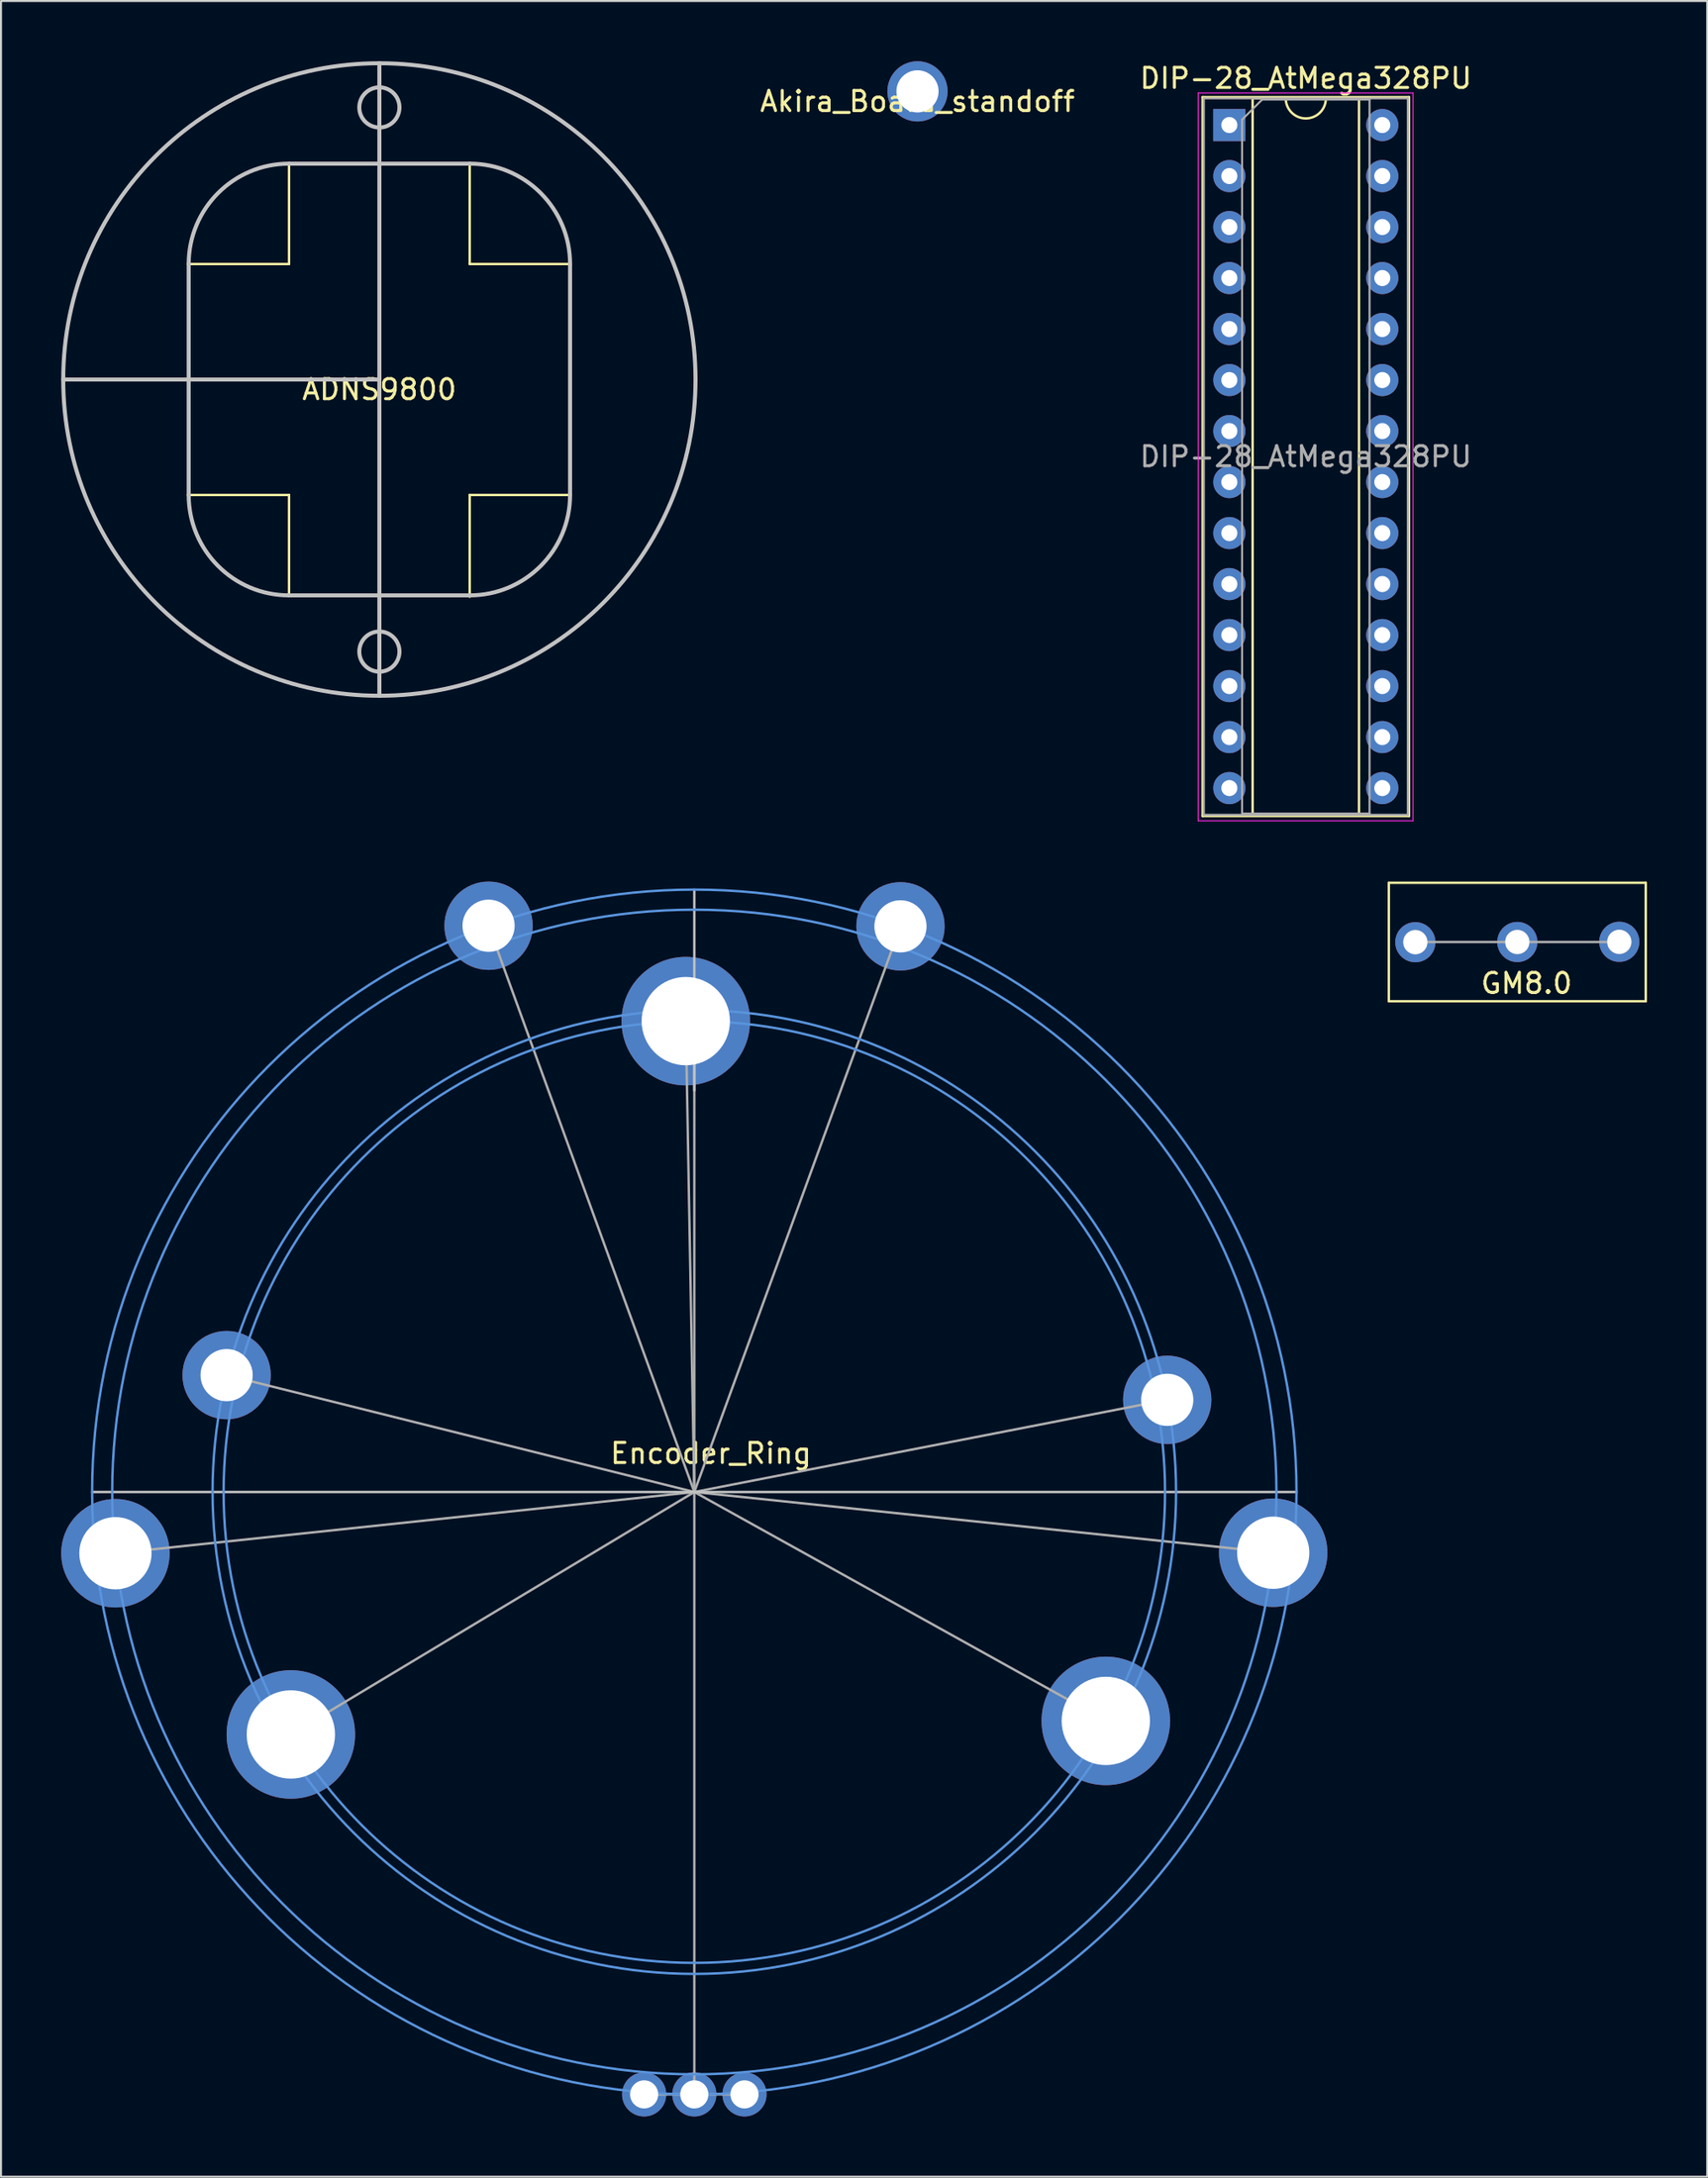
<source format=kicad_pcb>
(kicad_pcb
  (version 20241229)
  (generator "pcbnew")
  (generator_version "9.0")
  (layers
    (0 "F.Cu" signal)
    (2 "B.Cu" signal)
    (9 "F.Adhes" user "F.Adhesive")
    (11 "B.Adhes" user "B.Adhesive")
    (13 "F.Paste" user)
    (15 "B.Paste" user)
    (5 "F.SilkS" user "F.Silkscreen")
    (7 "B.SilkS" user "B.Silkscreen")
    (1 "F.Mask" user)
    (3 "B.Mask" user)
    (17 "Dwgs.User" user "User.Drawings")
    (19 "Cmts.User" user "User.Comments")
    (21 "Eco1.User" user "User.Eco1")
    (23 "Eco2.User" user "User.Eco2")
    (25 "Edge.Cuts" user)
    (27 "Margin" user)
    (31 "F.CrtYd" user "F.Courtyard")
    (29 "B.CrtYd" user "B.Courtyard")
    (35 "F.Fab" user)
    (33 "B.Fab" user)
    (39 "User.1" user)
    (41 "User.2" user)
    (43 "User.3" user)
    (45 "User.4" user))
  (footprint "GM8.0"
    (layer "F.Cu")
    (at 72.54 43.863)
    (property "Reference" "GM8.0" (at 0.46 2.06 0) (layer "F.SilkS") (effects (font (size 1 1) (thickness 0.15))))
    (attr through_hole)
    (fp_line (start -6.4 -2.95) (end -6.4 2.95) (stroke (width 0.12) (type solid)) (layer "F.SilkS"))
    (fp_line (start -6.4 2.95) (end 6.4 2.95) (stroke (width 0.12) (type solid)) (layer "F.SilkS"))
    (fp_line (start 6.4 -2.95) (end -6.4 -2.95) (stroke (width 0.12) (type solid)) (layer "F.SilkS"))
    (fp_line (start 6.4 2.95) (end 6.4 -2.95) (stroke (width 0.12) (type solid)) (layer "F.SilkS"))
    (fp_line (start 0 0) (end -5.08 0) (stroke (width 0.12) (type solid)) (layer "F.Fab"))
    (fp_line (start 0 0) (end 5.08 0) (stroke (width 0.12) (type solid)) (layer "F.Fab"))
    (fp_circle (center -5.08 0) (end -4.53 0) (stroke (width 0.12) (type solid)) (fill no) (layer "F.Fab"))
    (fp_circle (center 0 0) (end 0.55 0) (stroke (width 0.12) (type solid)) (fill no) (layer "F.Fab"))
    (fp_circle (center 5.08 0) (end 5.63 0) (stroke (width 0.12) (type solid)) (fill no) (layer "F.Fab"))
    (pad "COM" thru_hole circle (at -5.08 0.01) (size 2 2) (drill 1.2) (layers "*.Cu" "*.Mask"))
    (pad "NC" thru_hole circle (at 5.08 -0.01) (size 2 2) (drill 1.2) (layers "*.Cu" "*.Mask"))
    (pad "NO" thru_hole circle (at 0 0) (size 2 2) (drill 1.2) (layers "*.Cu" "*.Mask")))
  (footprint "Encoder_Ring"
    (layer "F.Cu")
    (at 31.54 71.253)
    (property "Reference" "Encoder_Ring" (at 0.825 -1.925 0) (layer "F.SilkS") (effects (font (size 1 1) (thickness 0.15))))
    (attr through_hole)
    (fp_line (start 0 -30) (end 0 -20) (stroke (width 0.12) (type solid)) (layer "Dwgs.User"))
    (fp_line (start 0 0) (end -30 0) (stroke (width 0.12) (type solid)) (layer "Dwgs.User"))
    (fp_line (start 0 0) (end 30 0) (stroke (width 0.12) (type solid)) (layer "Dwgs.User"))
    (fp_circle (center 0 0) (end 23.45 0) (stroke (width 0.12) (type solid)) (fill no) (layer "Cmts.User"))
    (fp_circle (center 0 0) (end 24 0) (stroke (width 0.12) (type solid)) (fill no) (layer "Cmts.User"))
    (fp_circle (center 0 0) (end 29 0) (stroke (width 0.12) (type solid)) (fill no) (layer "Cmts.User"))
    (fp_circle (center 0 0) (end 30 0) (stroke (width 0.12) (type solid)) (fill no) (layer "Cmts.User"))
    (fp_line (start 0 -23.45) (end 0 0) (stroke (width 0.12) (type solid)) (layer "F.Fab"))
    (fp_line (start 0 0) (end -28.825 3.05) (stroke (width 0.12) (type solid)) (layer "F.Fab"))
    (fp_line (start 0 0) (end -23.31 -5.82) (stroke (width 0.12) (type solid)) (layer "F.Fab"))
    (fp_line (start 0 0) (end -20.1 12.075) (stroke (width 0.12) (type solid)) (layer "F.Fab"))
    (fp_line (start 0 0) (end -10.25 -28.2) (stroke (width 0.12) (type solid)) (layer "F.Fab"))
    (fp_line (start 0 0) (end -0.425 -23.45) (stroke (width 0.12) (type solid)) (layer "F.Fab"))
    (fp_line (start 0 0) (end 0 30) (stroke (width 0.12) (type solid)) (layer "F.Fab"))
    (fp_line (start 0 0) (end 10.27 -28.17) (stroke (width 0.12) (type solid)) (layer "F.Fab"))
    (fp_line (start 0 0) (end 20.525 11.4) (stroke (width 0.12) (type solid)) (layer "F.Fab"))
    (fp_line (start 0 0) (end 23.6 -4.6) (stroke (width 0.12) (type solid)) (layer "F.Fab"))
    (fp_line (start 0 0) (end 28.875 3.025) (stroke (width 0.12) (type solid)) (layer "F.Fab"))
    (fp_line (start 0 30) (end -2.5 30) (stroke (width 0.12) (type solid)) (layer "F.Fab"))
    (fp_line (start 0 30) (end 2.5 30) (stroke (width 0.12) (type solid)) (layer "F.Fab"))
    (fp_circle (center -28.84 3.05) (end -28.84 4.65) (stroke (width 0.12) (type solid)) (fill no) (layer "F.Fab"))
    (fp_circle (center -23.3 -5.82) (end -23.3 -4.72) (stroke (width 0.12) (type solid)) (fill no) (layer "F.Fab"))
    (fp_circle (center -20.1 12.075) (end -20.1 14.075) (stroke (width 0.12) (type solid)) (fill no) (layer "F.Fab"))
    (fp_circle (center -10.25 -28.2) (end -10.25 -27.1) (stroke (width 0.12) (type solid)) (fill no) (layer "F.Fab"))
    (fp_circle (center -0.425 -23.45) (end -0.425 -21.45) (stroke (width 0.12) (type solid)) (fill no) (layer "F.Fab"))
    (fp_circle (center 10.27 -28.17) (end 10.27 -27.07) (stroke (width 0.12) (type solid)) (fill no) (layer "F.Fab"))
    (fp_circle (center 20.5 11.4) (end 20.5 13.4) (stroke (width 0.12) (type solid)) (fill no) (layer "F.Fab"))
    (fp_circle (center 23.56 -4.59) (end 23.56 -3.49) (stroke (width 0.12) (type solid)) (fill no) (layer "F.Fab"))
    (fp_circle (center 28.84 3.025) (end 28.84 4.625) (stroke (width 0.12) (type solid)) (fill no) (layer "F.Fab"))
    (pad "" thru_hole circle (at -28.84 3.05) (size 5.4 5.4) (drill 3.6) (layers "*.Cu" "*.Mask"))
    (pad "" thru_hole circle (at -23.3 -5.82) (size 4.4 4.4) (drill 2.6) (layers "*.Cu" "*.Mask"))
    (pad "" thru_hole circle (at -20.1 12.075) (size 6.4 6.4) (drill 4.4) (layers "*.Cu" "*.Mask"))
    (pad "" thru_hole circle (at -10.25 -28.2) (size 4.4 4.4) (drill 2.6) (layers "*.Cu" "*.Mask"))
    (pad "" thru_hole circle (at -0.425 -23.45) (size 6.4 6.4) (drill 4.4) (layers "*.Cu" "*.Mask"))
    (pad "" thru_hole circle (at 10.27 -28.17) (size 4.4 4.4) (drill 2.6) (layers "*.Cu" "*.Mask"))
    (pad "" thru_hole circle (at 20.5 11.4) (size 6.4 6.4) (drill 4.4) (layers "*.Cu" "*.Mask"))
    (pad "" thru_hole circle (at 23.56 -4.59) (size 4.4 4.4) (drill 2.6) (layers "*.Cu" "*.Mask"))
    (pad "" thru_hole circle (at 28.84 3.025) (size 5.4 5.4) (drill 3.6) (layers "*.Cu" "*.Mask"))
    (pad "A" thru_hole circle (at -2.5 30) (size 2.2 2.2) (drill 1.4) (layers "*.Cu" "*.Mask"))
    (pad "B" thru_hole circle (at 2.5 30) (size 2.2 2.2) (drill 1.4) (layers "*.Cu" "*.Mask"))
    (pad "C" thru_hole circle (at 0 30) (size 2.2 2.2) (drill 1.4) (layers "*.Cu" "*.Mask")))
  (footprint "ADNS9800"
    (layer "F.Cu")
    (at 15.85 15.85)
    (property "Reference" "ADNS9800" (at 0 0.5 0) (layer "F.SilkS") (effects (font (size 1 1) (thickness 0.15))))
    (attr through_hole)
    (fp_line (start -4.5 -5.75) (end -9.51 -5.75) (stroke (width 0.12) (type solid)) (layer "F.SilkS"))
    (fp_line (start -4.5 -5.75) (end -4.5 -10.74) (stroke (width 0.12) (type solid)) (layer "F.SilkS"))
    (fp_line (start -4.5 5.75) (end -9.54 5.75) (stroke (width 0.12) (type solid)) (layer "F.SilkS"))
    (fp_line (start -4.5 5.75) (end -4.5 10.76) (stroke (width 0.12) (type solid)) (layer "F.SilkS"))
    (fp_line (start 4.5 -5.75) (end 4.5 -10.74) (stroke (width 0.12) (type solid)) (layer "F.SilkS"))
    (fp_line (start 4.5 -5.75) (end 9.5 -5.75) (stroke (width 0.12) (type solid)) (layer "F.SilkS"))
    (fp_line (start 4.5 5.75) (end 4.5 10.82) (stroke (width 0.12) (type solid)) (layer "F.SilkS"))
    (fp_line (start 4.5 5.75) (end 9.52 5.75) (stroke (width 0.12) (type solid)) (layer "F.SilkS"))
    (fp_line (start -9.5 -5.75) (end -9.5 5.75) (stroke (width 0.2) (type solid)) (layer "Dwgs.User"))
    (fp_line (start -4.5 10.75) (end 4.5 10.75) (stroke (width 0.2) (type solid)) (layer "Dwgs.User"))
    (fp_line (start 0 -15.75) (end 0 15.75) (stroke (width 0.2) (type solid)) (layer "Dwgs.User"))
    (fp_line (start 0 0) (end -15.75 0) (stroke (width 0.2) (type solid)) (layer "Dwgs.User"))
    (fp_line (start 4.5 -10.75) (end -4.5 -10.75) (stroke (width 0.2) (type solid)) (layer "Dwgs.User"))
    (fp_line (start 9.5 5.75) (end 9.5 -5.75) (stroke (width 0.2) (type solid)) (layer "Dwgs.User"))
    (fp_arc (start -9.5 -5.749999) (mid -8.035534 -9.285533) (end -4.5 -10.749999) (stroke (width 0.2) (type solid)) (layer "Dwgs.User"))
    (fp_arc (start -4.5 10.75) (mid -8.035534 9.285534) (end -9.5 5.75) (stroke (width 0.2) (type solid)) (layer "Dwgs.User"))
    (fp_arc (start 4.5 -10.749999) (mid 8.035534 -9.285533) (end 9.5 -5.749999) (stroke (width 0.2) (type solid)) (layer "Dwgs.User"))
    (fp_arc (start 9.499999 5.75) (mid 8.035533 9.285534) (end 4.499999 10.75) (stroke (width 0.2) (type solid)) (layer "Dwgs.User"))
    (fp_circle (center 0 -13.55) (end 1 -13.55) (stroke (width 0.2) (type solid)) (fill no) (layer "Dwgs.User"))
    (fp_circle (center 0 0) (end 15.75 0) (stroke (width 0.2) (type solid)) (fill no) (layer "Dwgs.User"))
    (fp_circle (center 0 13.55) (end 1 13.55) (stroke (width 0.2) (type solid)) (fill no) (layer "Dwgs.User")))
  (footprint "Akira_Board_standoff"
    (layer "F.Cu")
    (at 42.658 1.5)
    (property "Reference" "Akira_Board_standoff" (at 0 0.5 0) (layer "F.SilkS") (effects (font (size 1 1) (thickness 0.15))))
    (attr through_hole)
    (pad "" thru_hole circle (at 0 0) (size 3 3) (drill 2.1) (layers "*.Cu" "*.Mask")))
  (footprint "DIP-28_AtMega328PU"
    (layer "F.Cu")
    (at 58.194 3.178)
    (property "Reference" "DIP-28_AtMega328PU" (at 3.81 -2.33 0) (layer "F.SilkS") (effects (font (size 1 1) (thickness 0.15))))
    (attr through_hole)
    (fp_line (start -1.33 -1.39) (end -1.33 34.41) (stroke (width 0.12) (type solid)) (layer "F.SilkS"))
    (fp_line (start -1.33 34.41) (end 8.95 34.41) (stroke (width 0.12) (type solid)) (layer "F.SilkS"))
    (fp_line (start 1.16 -1.33) (end 1.16 34.35) (stroke (width 0.12) (type solid)) (layer "F.SilkS"))
    (fp_line (start 1.16 34.35) (end 6.46 34.35) (stroke (width 0.12) (type solid)) (layer "F.SilkS"))
    (fp_line (start 2.81 -1.33) (end 1.16 -1.33) (stroke (width 0.12) (type solid)) (layer "F.SilkS"))
    (fp_line (start 6.46 -1.33) (end 4.81 -1.33) (stroke (width 0.12) (type solid)) (layer "F.SilkS"))
    (fp_line (start 6.46 34.35) (end 6.46 -1.33) (stroke (width 0.12) (type solid)) (layer "F.SilkS"))
    (fp_line (start 8.95 -1.39) (end -1.33 -1.39) (stroke (width 0.12) (type solid)) (layer "F.SilkS"))
    (fp_line (start 8.95 34.41) (end 8.95 -1.39) (stroke (width 0.12) (type solid)) (layer "F.SilkS"))
    (fp_arc (start 4.81 -1.33) (mid 3.81 -0.33) (end 2.81 -1.33) (stroke (width 0.12) (type solid)) (layer "F.SilkS"))
    (fp_line (start -1.55 -1.6) (end -1.55 34.65) (stroke (width 0.05) (type solid)) (layer "F.CrtYd"))
    (fp_line (start -1.55 34.65) (end 9.15 34.65) (stroke (width 0.05) (type solid)) (layer "F.CrtYd"))
    (fp_line (start 9.15 -1.6) (end -1.55 -1.6) (stroke (width 0.05) (type solid)) (layer "F.CrtYd"))
    (fp_line (start 9.15 34.65) (end 9.15 -1.6) (stroke (width 0.05) (type solid)) (layer "F.CrtYd"))
    (fp_line (start -1.27 -1.33) (end -1.27 34.35) (stroke (width 0.1) (type solid)) (layer "F.Fab"))
    (fp_line (start -1.27 34.35) (end 8.89 34.35) (stroke (width 0.1) (type solid)) (layer "F.Fab"))
    (fp_line (start 0.635 -0.27) (end 1.635 -1.27) (stroke (width 0.1) (type solid)) (layer "F.Fab"))
    (fp_line (start 0.635 34.29) (end 0.635 -0.27) (stroke (width 0.1) (type solid)) (layer "F.Fab"))
    (fp_line (start 1.635 -1.27) (end 6.985 -1.27) (stroke (width 0.1) (type solid)) (layer "F.Fab"))
    (fp_line (start 6.985 -1.27) (end 6.985 34.29) (stroke (width 0.1) (type solid)) (layer "F.Fab"))
    (fp_line (start 6.985 34.29) (end 0.635 34.29) (stroke (width 0.1) (type solid)) (layer "F.Fab"))
    (fp_line (start 8.89 -1.33) (end -1.27 -1.33) (stroke (width 0.1) (type solid)) (layer "F.Fab"))
    (fp_line (start 8.89 34.35) (end 8.89 -1.33) (stroke (width 0.1) (type solid)) (layer "F.Fab"))
    (fp_text user "${REFERENCE}" (at 3.81 16.51 0) (layer "F.Fab") (effects (font (size 1 1) (thickness 0.15))))
    (pad "1" thru_hole rect (at 0 0) (size 1.6 1.6) (drill 0.8) (layers "*.Cu" "*.Mask"))
    (pad "2" thru_hole oval (at 0 2.54) (size 1.6 1.6) (drill 0.8) (layers "*.Cu" "*.Mask"))
    (pad "3" thru_hole oval (at 0 5.08) (size 1.6 1.6) (drill 0.8) (layers "*.Cu" "*.Mask"))
    (pad "4" thru_hole oval (at 0 7.62) (size 1.6 1.6) (drill 0.8) (layers "*.Cu" "*.Mask"))
    (pad "5" thru_hole oval (at 0 10.16) (size 1.6 1.6) (drill 0.8) (layers "*.Cu" "*.Mask"))
    (pad "6" thru_hole oval (at 0 12.7) (size 1.6 1.6) (drill 0.8) (layers "*.Cu" "*.Mask"))
    (pad "7" thru_hole oval (at 0 15.24) (size 1.6 1.6) (drill 0.8) (layers "*.Cu" "*.Mask"))
    (pad "8" thru_hole oval (at 0 17.78) (size 1.6 1.6) (drill 0.8) (layers "*.Cu" "*.Mask"))
    (pad "9" thru_hole oval (at 0 20.32) (size 1.6 1.6) (drill 0.8) (layers "*.Cu" "*.Mask"))
    (pad "10" thru_hole oval (at 0 22.86) (size 1.6 1.6) (drill 0.8) (layers "*.Cu" "*.Mask"))
    (pad "11" thru_hole oval (at 0 25.4) (size 1.6 1.6) (drill 0.8) (layers "*.Cu" "*.Mask"))
    (pad "12" thru_hole oval (at 0 27.94) (size 1.6 1.6) (drill 0.8) (layers "*.Cu" "*.Mask"))
    (pad "13" thru_hole oval (at 0 30.48) (size 1.6 1.6) (drill 0.8) (layers "*.Cu" "*.Mask"))
    (pad "14" thru_hole oval (at 0 33.02) (size 1.6 1.6) (drill 0.8) (layers "*.Cu" "*.Mask"))
    (pad "15" thru_hole oval (at 7.62 33.02) (size 1.6 1.6) (drill 0.8) (layers "*.Cu" "*.Mask"))
    (pad "16" thru_hole oval (at 7.62 30.48) (size 1.6 1.6) (drill 0.8) (layers "*.Cu" "*.Mask"))
    (pad "17" thru_hole oval (at 7.62 27.94) (size 1.6 1.6) (drill 0.8) (layers "*.Cu" "*.Mask"))
    (pad "18" thru_hole oval (at 7.62 25.4) (size 1.6 1.6) (drill 0.8) (layers "*.Cu" "*.Mask"))
    (pad "19" thru_hole oval (at 7.62 22.86) (size 1.6 1.6) (drill 0.8) (layers "*.Cu" "*.Mask"))
    (pad "20" thru_hole oval (at 7.62 20.32) (size 1.6 1.6) (drill 0.8) (layers "*.Cu" "*.Mask"))
    (pad "21" thru_hole oval (at 7.62 17.78) (size 1.6 1.6) (drill 0.8) (layers "*.Cu" "*.Mask"))
    (pad "22" thru_hole oval (at 7.62 15.24) (size 1.6 1.6) (drill 0.8) (layers "*.Cu" "*.Mask"))
    (pad "23" thru_hole oval (at 7.62 12.7) (size 1.6 1.6) (drill 0.8) (layers "*.Cu" "*.Mask"))
    (pad "24" thru_hole oval (at 7.62 10.16) (size 1.6 1.6) (drill 0.8) (layers "*.Cu" "*.Mask"))
    (pad "25" thru_hole oval (at 7.62 7.62) (size 1.6 1.6) (drill 0.8) (layers "*.Cu" "*.Mask"))
    (pad "26" thru_hole oval (at 7.62 5.08) (size 1.6 1.6) (drill 0.8) (layers "*.Cu" "*.Mask"))
    (pad "27" thru_hole oval (at 7.62 2.54) (size 1.6 1.6) (drill 0.8) (layers "*.Cu" "*.Mask"))
    (pad "28" thru_hole oval (at 7.62 0) (size 1.6 1.6) (drill 0.8) (layers "*.Cu" "*.Mask")))
  (gr_rect
    (start -3 -3)
    (end 82 105.353)
    (stroke (width 0.1) (type default))
    (fill no)
    (layer "Edge.Cuts")))
</source>
